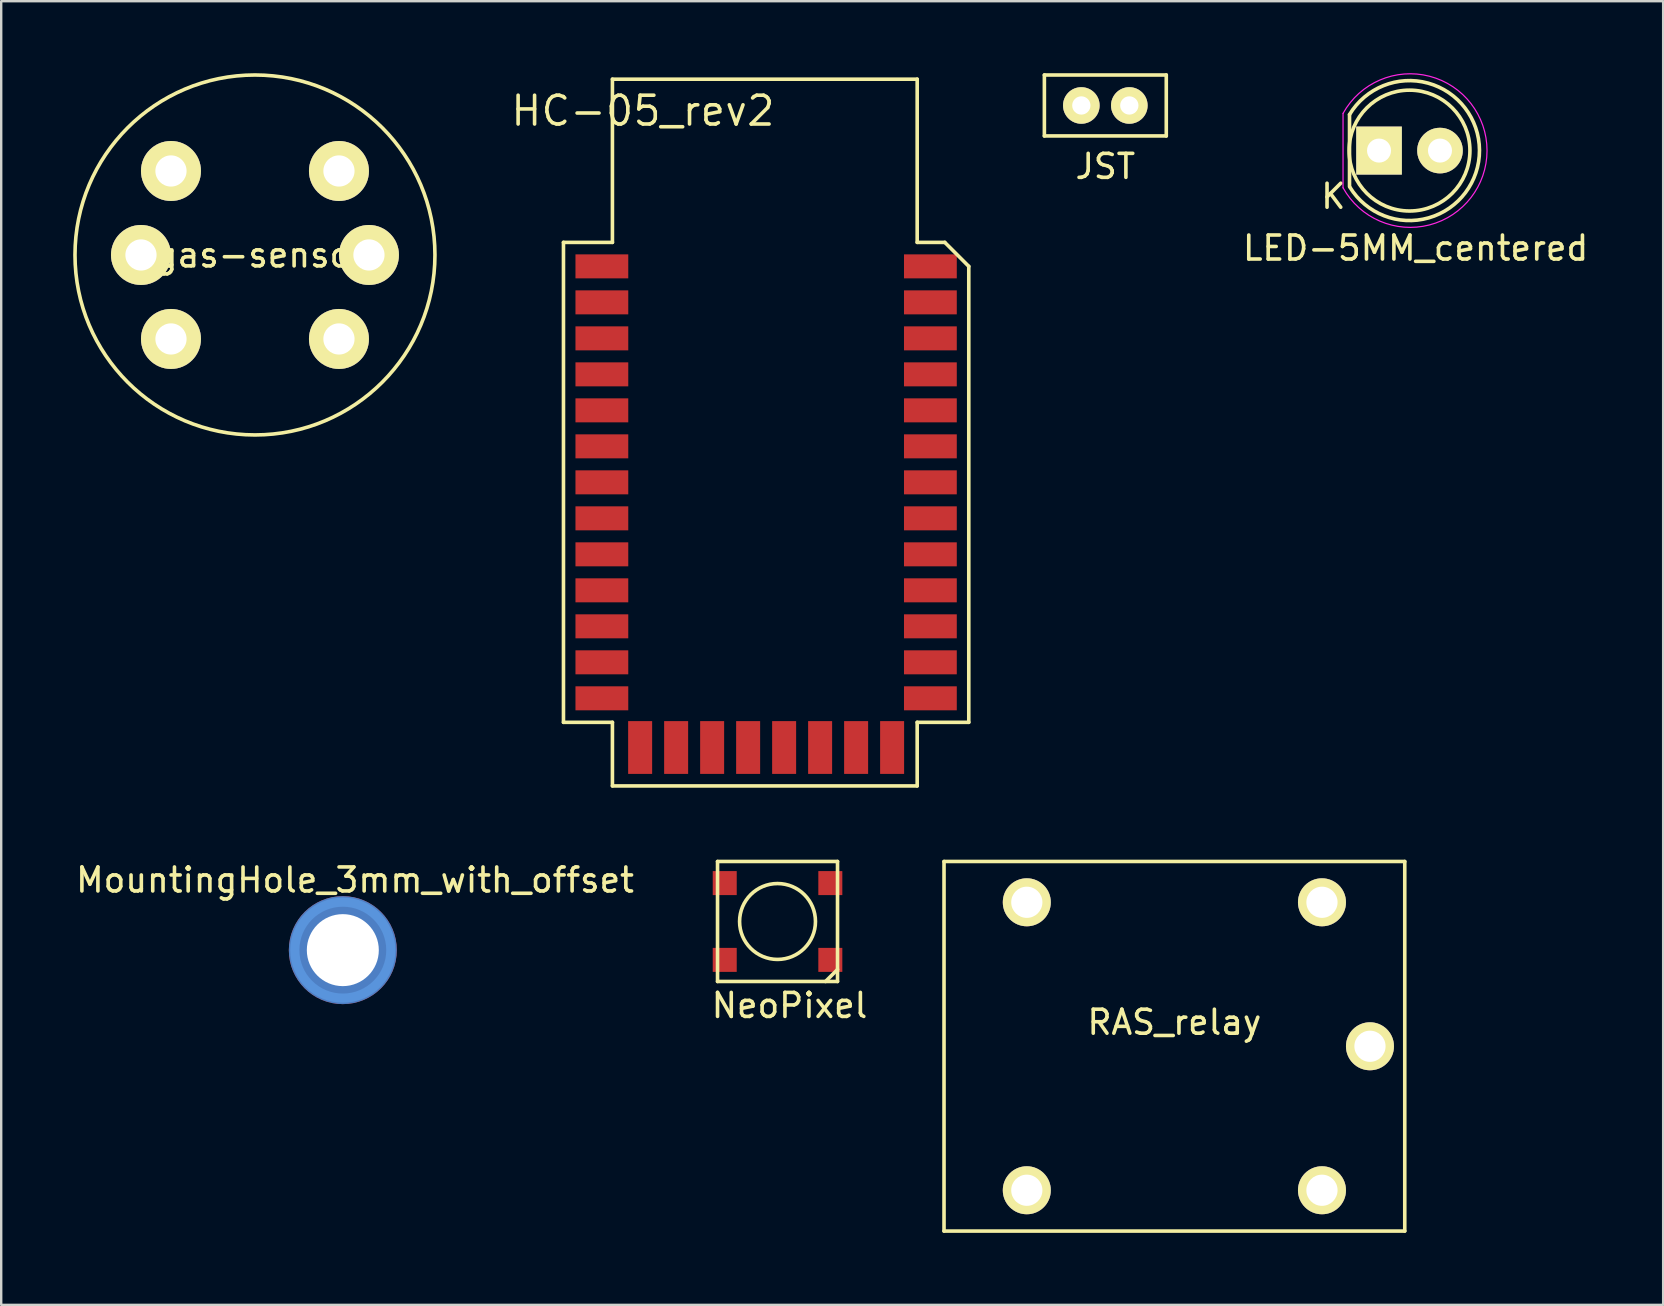
<source format=kicad_pcb>
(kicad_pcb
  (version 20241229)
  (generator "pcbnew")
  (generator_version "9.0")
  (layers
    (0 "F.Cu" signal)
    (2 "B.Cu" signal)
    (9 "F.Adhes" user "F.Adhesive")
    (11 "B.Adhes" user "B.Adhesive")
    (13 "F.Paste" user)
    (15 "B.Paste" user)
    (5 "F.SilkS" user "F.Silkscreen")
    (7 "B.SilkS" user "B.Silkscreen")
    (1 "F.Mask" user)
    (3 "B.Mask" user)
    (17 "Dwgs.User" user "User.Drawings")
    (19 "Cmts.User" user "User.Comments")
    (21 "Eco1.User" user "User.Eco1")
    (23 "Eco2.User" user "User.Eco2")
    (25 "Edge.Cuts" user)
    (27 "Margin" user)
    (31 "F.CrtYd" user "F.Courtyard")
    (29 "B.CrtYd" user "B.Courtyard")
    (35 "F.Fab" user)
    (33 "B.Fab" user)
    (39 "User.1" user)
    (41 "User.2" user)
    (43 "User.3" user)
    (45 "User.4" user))
  (footprint "RAS_relay"
    (layer "F.Cu")
    (at 45.889 40.55)
    (property "Reference" "RAS_relay" (at 0 -1 0) (layer "F.SilkS") (effects (font (size 1 1) (thickness 0.15))))
    (attr through_hole)
    (fp_line (start -9.6 -7.7) (end 9.6 -7.7) (stroke (width 0.15) (type solid)) (layer "F.SilkS"))
    (fp_line (start -9.6 7.7) (end -9.6 -7.7) (stroke (width 0.15) (type solid)) (layer "F.SilkS"))
    (fp_line (start 9.6 -7.7) (end 9.6 7.7) (stroke (width 0.15) (type solid)) (layer "F.SilkS"))
    (fp_line (start 9.6 7.7) (end -9.6 7.7) (stroke (width 0.15) (type solid)) (layer "F.SilkS"))
    (pad "1" thru_hole circle (at -6.15 -6) (size 2 2) (drill 1.3) (layers "*.Cu" "*.Mask" "F.SilkS"))
    (pad "2" thru_hole circle (at -6.15 6) (size 2 2) (drill 1.3) (layers "*.Cu" "*.Mask" "F.SilkS"))
    (pad "3" thru_hole circle (at 6.15 -6) (size 2 2) (drill 1.3) (layers "*.Cu" "*.Mask" "F.SilkS"))
    (pad "4" thru_hole circle (at 8.15 0) (size 2 2) (drill 1.3) (layers "*.Cu" "*.Mask" "F.SilkS"))
    (pad "5" thru_hole circle (at 6.15 6) (size 2 2) (drill 1.3) (layers "*.Cu" "*.Mask" "F.SilkS")))
  (footprint "JST"
    (layer "F.Cu")
    (at 43.011 1.345)
    (property "Reference" "JST" (at 0 2.54 0) (layer "F.SilkS") (effects (font (size 1 1) (thickness 0.15))))
    (attr through_hole)
    (fp_line (start -2.54 -1.27) (end -2.54 1.27) (stroke (width 0.15) (type solid)) (layer "F.SilkS"))
    (fp_line (start -2.54 1.27) (end 2.54 1.27) (stroke (width 0.15) (type solid)) (layer "F.SilkS"))
    (fp_line (start 2.54 -1.27) (end -2.54 -1.27) (stroke (width 0.15) (type solid)) (layer "F.SilkS"))
    (fp_line (start 2.54 1.27) (end 2.54 -1.27) (stroke (width 0.15) (type solid)) (layer "F.SilkS"))
    (pad "1" thru_hole circle (at -1 0) (size 1.524 1.524) (drill 0.762) (layers "*.Cu" "*.Mask" "F.SilkS"))
    (pad "2" thru_hole circle (at 1 0) (size 1.524 1.524) (drill 0.762) (layers "*.Cu" "*.Mask" "F.SilkS")))
  (footprint "HC-05_rev2"
    (layer "F.Cu")
    (at 19.651 0.25)
    (property "Reference" "HC-05_rev2" (at 4.09 1.32 0) (layer "F.SilkS") (effects (font (size 1.2 1.2) (thickness 0.15))))
    (attr through_hole)
    (fp_line (start 0.78 6.8) (end 0.78 26.8) (stroke (width 0.15) (type solid)) (layer "F.SilkS"))
    (fp_line (start 0.78 26.8) (end 2.82 26.8) (stroke (width 0.15) (type solid)) (layer "F.SilkS"))
    (fp_line (start 2.82 0) (end 15.52 0) (stroke (width 0.15) (type solid)) (layer "F.SilkS"))
    (fp_line (start 2.82 6.8) (end 0.78 6.8) (stroke (width 0.15) (type solid)) (layer "F.SilkS"))
    (fp_line (start 2.82 6.8) (end 2.82 0) (stroke (width 0.15) (type solid)) (layer "F.SilkS"))
    (fp_line (start 2.82 29.45) (end 2.82 26.8) (stroke (width 0.15) (type solid)) (layer "F.SilkS"))
    (fp_line (start 2.82 29.45) (end 15.52 29.45) (stroke (width 0.15) (type solid)) (layer "F.SilkS"))
    (fp_line (start 15.52 0) (end 15.52 6.8) (stroke (width 0.15) (type solid)) (layer "F.SilkS"))
    (fp_line (start 15.52 26.8) (end 15.52 29.45) (stroke (width 0.15) (type solid)) (layer "F.SilkS"))
    (fp_line (start 15.52 26.8) (end 17.67 26.8) (stroke (width 0.15) (type solid)) (layer "F.SilkS"))
    (fp_line (start 16.67 6.8) (end 15.52 6.8) (stroke (width 0.15) (type solid)) (layer "F.SilkS"))
    (fp_line (start 17.67 7.8) (end 16.67 6.8) (stroke (width 0.15) (type solid)) (layer "F.SilkS"))
    (fp_line (start 17.67 26.8) (end 17.67 7.8) (stroke (width 0.15) (type solid)) (layer "F.SilkS"))
    (pad "1" smd rect (at 16.07 7.8 270) (size 1 2.2) (layers "F.Cu" "F.Mask" "F.Paste"))
    (pad "2" smd rect (at 16.07 9.3 270) (size 1 2.2) (layers "F.Cu" "F.Mask" "F.Paste"))
    (pad "3" smd rect (at 16.07 10.8 270) (size 1 2.2) (layers "F.Cu" "F.Mask" "F.Paste"))
    (pad "4" smd rect (at 16.07 12.3 270) (size 1 2.2) (layers "F.Cu" "F.Mask" "F.Paste"))
    (pad "5" smd rect (at 16.07 13.8 270) (size 1 2.2) (layers "F.Cu" "F.Mask" "F.Paste"))
    (pad "6" smd rect (at 16.07 15.3 270) (size 1 2.2) (layers "F.Cu" "F.Mask" "F.Paste"))
    (pad "7" smd rect (at 16.07 16.8 270) (size 1 2.2) (layers "F.Cu" "F.Mask" "F.Paste"))
    (pad "8" smd rect (at 16.07 18.3 270) (size 1 2.2) (layers "F.Cu" "F.Mask" "F.Paste"))
    (pad "9" smd rect (at 16.07 19.8 270) (size 1 2.2) (layers "F.Cu" "F.Mask" "F.Paste"))
    (pad "10" smd rect (at 16.07 21.3 270) (size 1 2.2) (layers "F.Cu" "F.Mask" "F.Paste"))
    (pad "11" smd rect (at 16.07 22.8 270) (size 1 2.2) (layers "F.Cu" "F.Mask" "F.Paste"))
    (pad "12" smd rect (at 16.07 24.3 270) (size 1 2.2) (layers "F.Cu" "F.Mask" "F.Paste"))
    (pad "13" smd rect (at 16.07 25.8 270) (size 1 2.2) (layers "F.Cu" "F.Mask" "F.Paste"))
    (pad "14" smd rect (at 14.475 27.85) (size 1 2.2) (layers "F.Cu" "F.Mask" "F.Paste"))
    (pad "15" smd rect (at 12.975 27.85) (size 1 2.2) (layers "F.Cu" "F.Mask" "F.Paste"))
    (pad "16" smd rect (at 11.475 27.85) (size 1 2.2) (layers "F.Cu" "F.Mask" "F.Paste"))
    (pad "17" smd rect (at 9.975 27.85) (size 1 2.2) (layers "F.Cu" "F.Mask" "F.Paste"))
    (pad "18" smd rect (at 8.475 27.85) (size 1 2.2) (layers "F.Cu" "F.Mask" "F.Paste"))
    (pad "19" smd rect (at 6.975 27.85) (size 1 2.2) (layers "F.Cu" "F.Mask" "F.Paste"))
    (pad "20" smd rect (at 5.475 27.85) (size 1 2.2) (layers "F.Cu" "F.Mask" "F.Paste"))
    (pad "21" smd rect (at 3.975 27.85) (size 1 2.2) (layers "F.Cu" "F.Mask" "F.Paste"))
    (pad "22" smd rect (at 2.38 25.8 270) (size 1 2.2) (layers "F.Cu" "F.Mask" "F.Paste"))
    (pad "23" smd rect (at 2.38 24.3 270) (size 1 2.2) (layers "F.Cu" "F.Mask" "F.Paste"))
    (pad "24" smd rect (at 2.38 22.8 270) (size 1 2.2) (layers "F.Cu" "F.Mask" "F.Paste"))
    (pad "25" smd rect (at 2.38 21.3 270) (size 1 2.2) (layers "F.Cu" "F.Mask" "F.Paste"))
    (pad "26" smd rect (at 2.38 19.8 270) (size 1 2.2) (layers "F.Cu" "F.Mask" "F.Paste"))
    (pad "27" smd rect (at 2.38 18.3 270) (size 1 2.2) (layers "F.Cu" "F.Mask" "F.Paste"))
    (pad "28" smd rect (at 2.38 16.8 270) (size 1 2.2) (layers "F.Cu" "F.Mask" "F.Paste"))
    (pad "29" smd rect (at 2.38 15.3 270) (size 1 2.2) (layers "F.Cu" "F.Mask" "F.Paste"))
    (pad "30" smd rect (at 2.38 13.8 270) (size 1 2.2) (layers "F.Cu" "F.Mask" "F.Paste"))
    (pad "31" smd rect (at 2.38 12.3 270) (size 1 2.2) (layers "F.Cu" "F.Mask" "F.Paste"))
    (pad "32" smd rect (at 2.38 10.8 270) (size 1 2.2) (layers "F.Cu" "F.Mask" "F.Paste"))
    (pad "33" smd rect (at 2.38 9.3 270) (size 1 2.2) (layers "F.Cu" "F.Mask" "F.Paste"))
    (pad "34" smd rect (at 2.38 7.8 270) (size 1 2.2) (layers "F.Cu" "F.Mask" "F.Paste")))
  (footprint "LED-5MM_centered"
    (layer "F.Cu")
    (at 55.687 3.225)
    (property "Reference" "LED-5MM_centered" (at 0.254 4.064 0) (layer "F.SilkS") (effects (font (size 1 1) (thickness 0.15))))
    (attr through_hole)
    (fp_line (start -2.5 1.5) (end -2.5 -1.5) (stroke (width 0.15) (type solid)) (layer "F.SilkS"))
    (fp_arc (start -2.5 -1.5) (mid 2.91544 -0.014565) (end -2.484888 1.524904) (stroke (width 0.15) (type solid)) (layer "F.SilkS"))
    (fp_circle (center 0 0) (end -0.3 -2.5) (stroke (width 0.15) (type solid)) (fill no) (layer "F.SilkS"))
    (fp_line (start -2.77 -1.55) (end -2.77 1.55) (stroke (width 0.05) (type solid)) (layer "F.CrtYd"))
    (fp_arc (start -2.768248 -1.55316) (mid 3.23039 0.001807) (end -2.77 1.55) (stroke (width 0.05) (type solid)) (layer "F.CrtYd"))
    (fp_text user "K" (at -3.175 1.905 0) (layer "F.SilkS") (effects (font (size 1 1) (thickness 0.15))))
    (pad "1" thru_hole rect (at -1.27 0 90) (size 2 1.9) (drill 1.001) (layers "*.Cu" "*.Mask" "F.SilkS"))
    (pad "2" thru_hole circle (at 1.27 0) (size 1.9 1.9) (drill 1.001) (layers "*.Cu" "*.Mask" "F.SilkS")))
  (footprint "NeoPixel"
    (layer "F.Cu")
    (at 29.351 35.35)
    (property "Reference" "NeoPixel" (at 0.5 3.5 0) (layer "F.SilkS") (effects (font (size 1 1) (thickness 0.15))))
    (attr through_hole)
    (fp_line (start -2.5 -2.5) (end -2.5 2.5) (stroke (width 0.15) (type solid)) (layer "F.SilkS"))
    (fp_line (start -2.5 2.5) (end 2.5 2.5) (stroke (width 0.15) (type solid)) (layer "F.SilkS"))
    (fp_line (start 2.5 -2.5) (end -2.5 -2.5) (stroke (width 0.15) (type solid)) (layer "F.SilkS"))
    (fp_line (start 2.5 2) (end 2 2.5) (stroke (width 0.15) (type solid)) (layer "F.SilkS"))
    (fp_line (start 2.5 2.5) (end 2.5 -2.5) (stroke (width 0.15) (type solid)) (layer "F.SilkS"))
    (fp_circle (center 0 0) (end 1.5 0.5) (stroke (width 0.15) (type solid)) (fill no) (layer "F.SilkS"))
    (pad "1" smd rect (at 2.2 1.6 180) (size 1 1) (layers "F.Cu" "F.Mask" "F.Paste"))
    (pad "2" smd rect (at 2.2 -1.6 180) (size 1 1) (layers "F.Cu" "F.Mask" "F.Paste"))
    (pad "3" smd rect (at -2.2 -1.6 180) (size 1 1) (layers "F.Cu" "F.Mask" "F.Paste"))
    (pad "4" smd rect (at -2.2 1.6 180) (size 1 1) (layers "F.Cu" "F.Mask" "F.Paste")))
  (footprint "gas-sensor"
    (layer "F.Cu")
    (at 7.575 7.575)
    (property "Reference" "gas-sensor" (at 0.25 0 0) (layer "F.SilkS") (effects (font (size 1 1) (thickness 0.15))))
    (attr through_hole)
    (fp_circle (center 0 0) (end 7.5 0) (stroke (width 0.15) (type solid)) (fill no) (layer "F.SilkS"))
    (pad "1" thru_hole circle (at -3.5 -3.5) (size 2.5 2.5) (drill 1.3) (layers "*.Cu" "*.Mask" "F.SilkS"))
    (pad "2" thru_hole circle (at 3.5 -3.5) (size 2.5 2.5) (drill 1.3) (layers "*.Cu" "*.Mask" "F.SilkS"))
    (pad "3" thru_hole circle (at -4.75 0) (size 2.5 2.5) (drill 1.3) (layers "*.Cu" "*.Mask" "F.SilkS"))
    (pad "4" thru_hole circle (at 4.75 0) (size 2.5 2.5) (drill 1.3) (layers "*.Cu" "*.Mask" "F.SilkS"))
    (pad "5" thru_hole circle (at -3.5 3.5) (size 2.5 2.5) (drill 1.3) (layers "*.Cu" "*.Mask" "F.SilkS"))
    (pad "6" thru_hole circle (at 3.5 3.5) (size 2.5 2.5) (drill 1.3) (layers "*.Cu" "*.Mask" "F.SilkS")))
  (footprint "MountingHole_3mm_with_offset"
    (layer "F.Cu")
    (at 11.236 36.544)
    (property "Reference" "MountingHole_3mm_with_offset" (at 0.508 -2.921 0) (layer "F.SilkS") (effects (font (size 1 1) (thickness 0.15))))
    (attr through_hole)
    (fp_circle (center 0 0) (end 2 0) (stroke (width 0.381) (type solid)) (fill no) (layer "Cmts.User"))
    (pad "1" thru_hole circle (at 0 0) (size 4.5 4.5) (drill 3) (layers "*.Cu")))
  (gr_rect
    (start -3 -3)
    (end 66.257 51.325)
    (stroke (width 0.1) (type default))
    (fill no)
    (layer "Edge.Cuts")))
</source>
